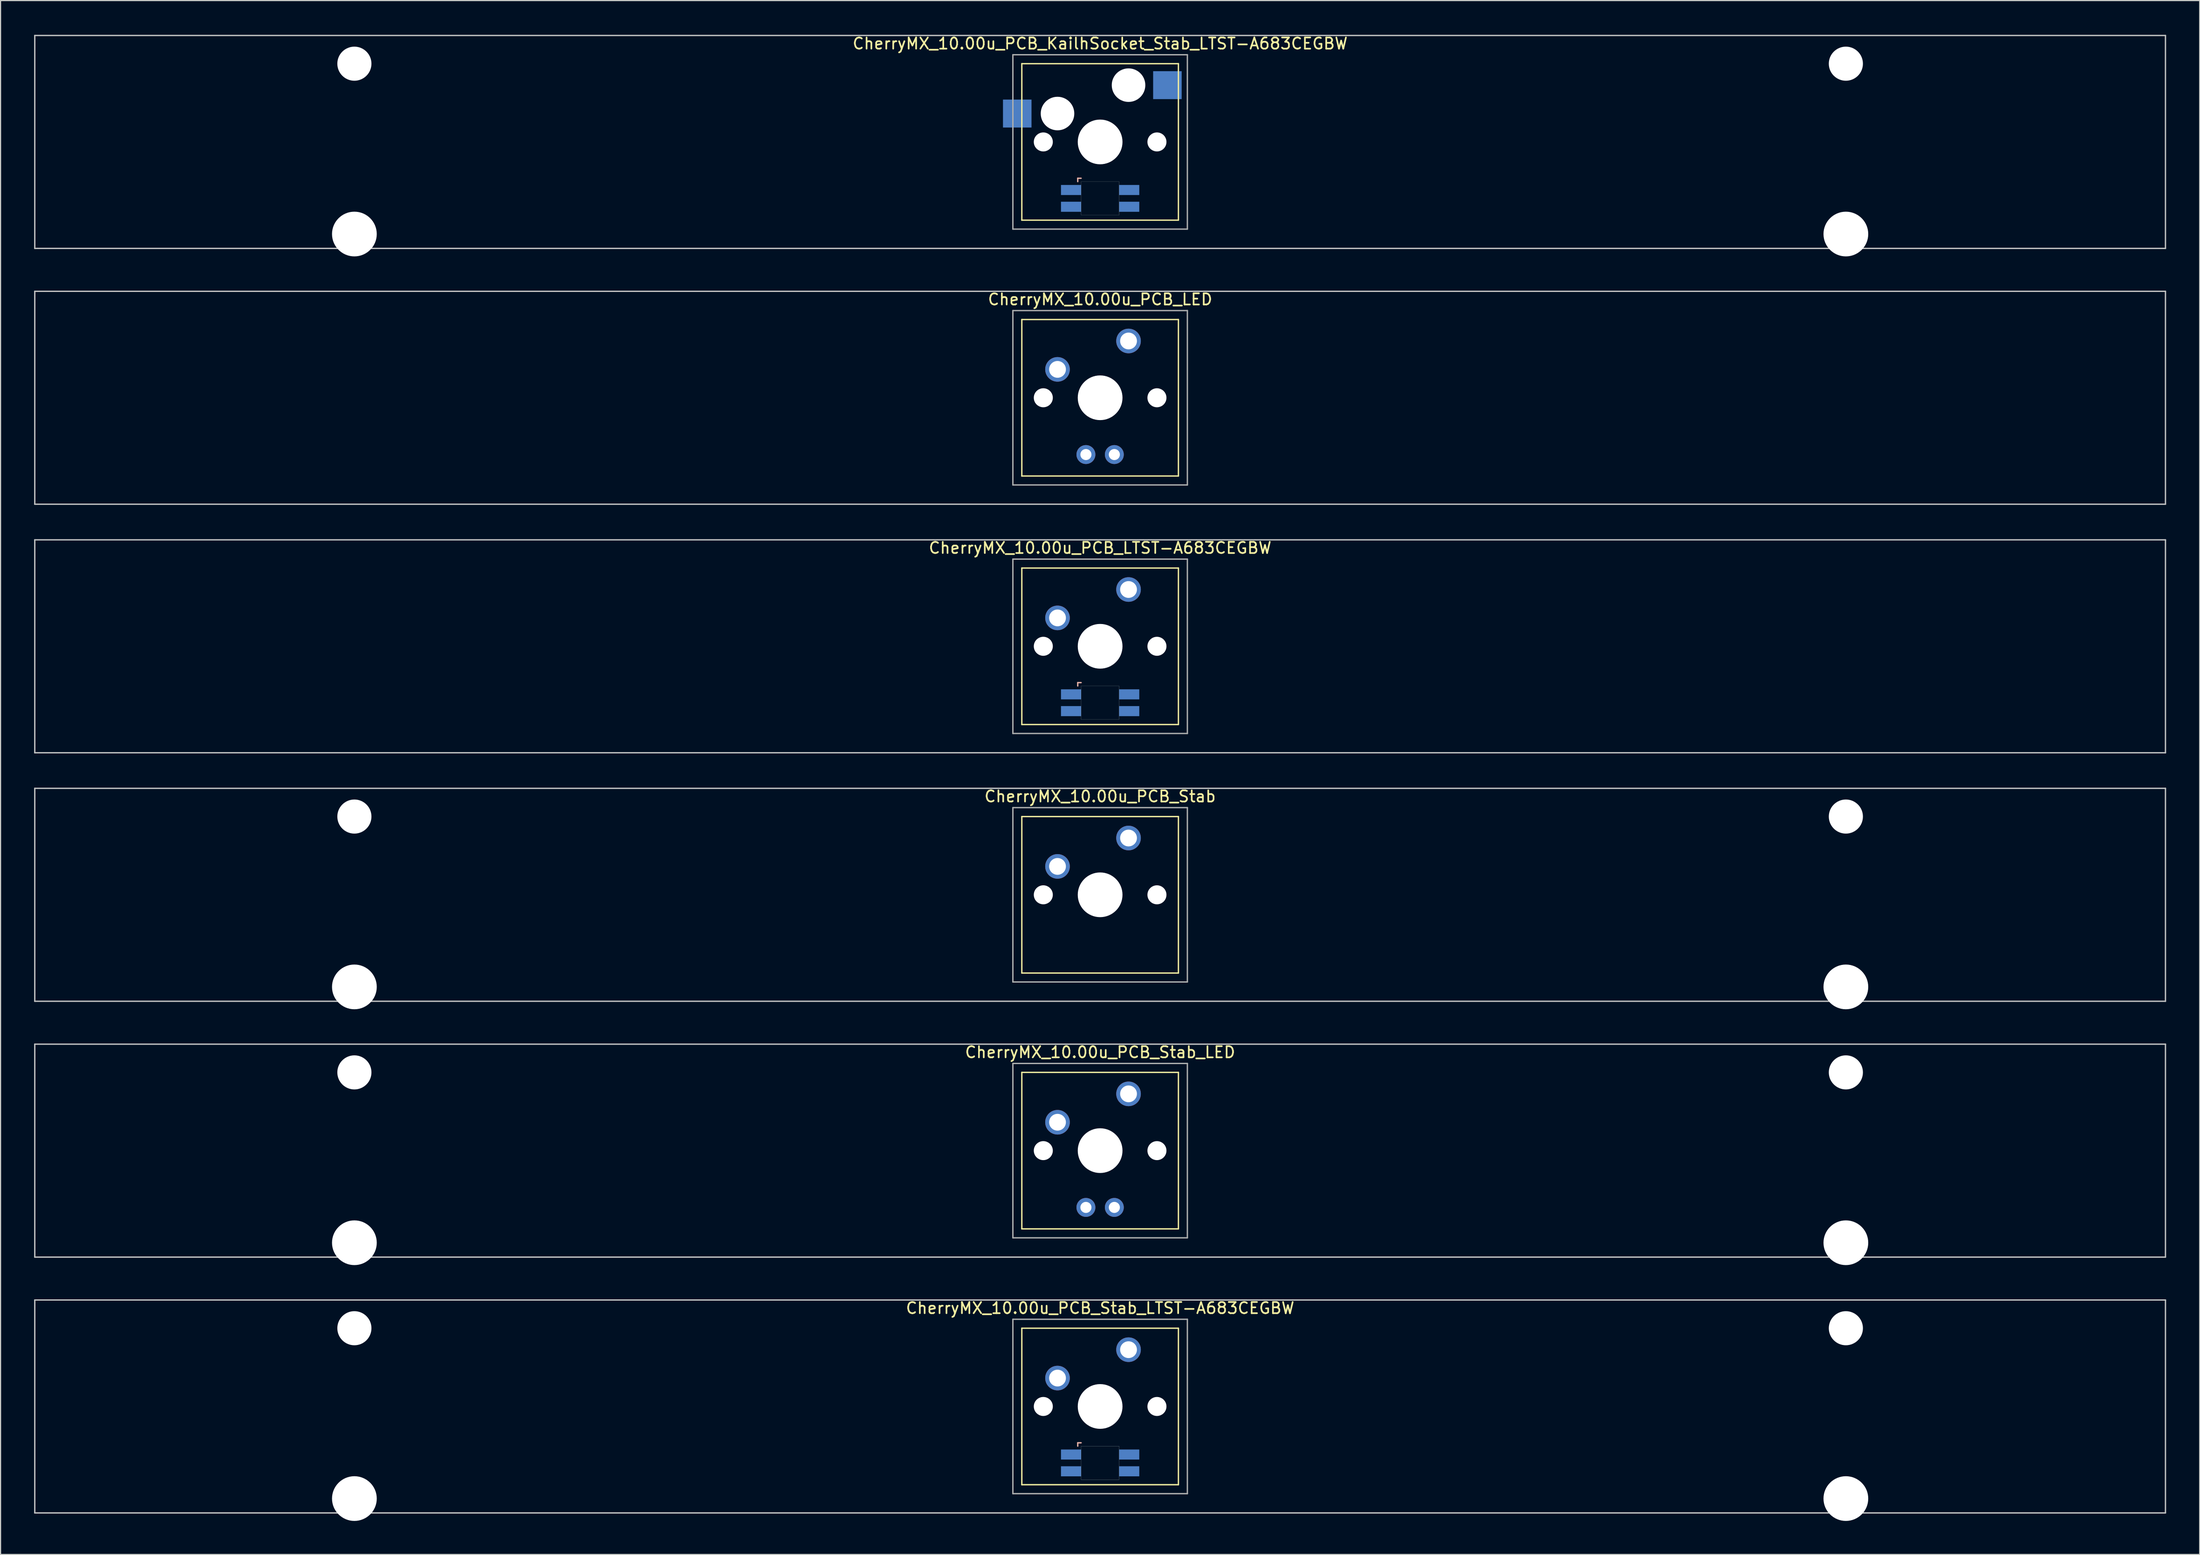
<source format=kicad_pcb>
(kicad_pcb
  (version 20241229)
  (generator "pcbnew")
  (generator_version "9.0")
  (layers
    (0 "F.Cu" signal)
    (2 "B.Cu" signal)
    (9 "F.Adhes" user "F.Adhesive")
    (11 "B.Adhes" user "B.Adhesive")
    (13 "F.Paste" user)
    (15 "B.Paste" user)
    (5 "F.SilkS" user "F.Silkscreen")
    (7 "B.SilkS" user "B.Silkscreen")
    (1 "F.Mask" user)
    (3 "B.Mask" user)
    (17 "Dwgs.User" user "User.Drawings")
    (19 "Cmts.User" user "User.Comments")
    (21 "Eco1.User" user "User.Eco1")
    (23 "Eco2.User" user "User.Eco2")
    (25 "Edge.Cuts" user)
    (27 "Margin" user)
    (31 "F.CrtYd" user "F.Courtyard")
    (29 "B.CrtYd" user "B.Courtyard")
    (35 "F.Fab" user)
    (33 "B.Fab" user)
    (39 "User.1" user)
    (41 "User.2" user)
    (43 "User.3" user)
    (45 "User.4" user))
  (footprint "CherryMX_10.00u_PCB_KailhSocket_Stab_LTST-A683CEGBW"
    (layer "F.Cu")
    (at 95.31 9.648)
    (property "Reference" "CherryMX_10.00u_PCB_KailhSocket_Stab_LTST-A683CEGBW" (at 0 -8.8 0) (layer "F.SilkS") (effects (font (size 1 1) (thickness 0.15))))
    (attr through_hole)
    (fp_line (start -7 -7) (end -7 7) (stroke (width 0.12) (type solid)) (layer "F.SilkS"))
    (fp_line (start -7 -7) (end 7 -7) (stroke (width 0.12) (type solid)) (layer "F.SilkS"))
    (fp_line (start 7 -7) (end 7 7) (stroke (width 0.12) (type solid)) (layer "F.SilkS"))
    (fp_line (start 7 7) (end -7 7) (stroke (width 0.12) (type solid)) (layer "F.SilkS"))
    (fp_line (start -2 3.25) (end -2 3.55) (stroke (width 0.12) (type solid)) (layer "B.SilkS"))
    (fp_line (start -1.7 3.25) (end -2 3.25) (stroke (width 0.12) (type solid)) (layer "B.SilkS"))
    (fp_line (start -95.25 -9.525) (end 95.25 -9.525) (stroke (width 0.12) (type solid)) (layer "Dwgs.User"))
    (fp_line (start -95.25 9.525) (end -95.25 -9.525) (stroke (width 0.12) (type solid)) (layer "Dwgs.User"))
    (fp_line (start 95.25 -9.525) (end 95.25 9.525) (stroke (width 0.12) (type solid)) (layer "Dwgs.User"))
    (fp_line (start 95.25 9.525) (end -95.25 9.525) (stroke (width 0.12) (type solid)) (layer "Dwgs.User"))
    (fp_poly (pts (xy 1.7 6.55) (xy -1.7 6.55) (xy -1.7 3.55) (xy 1.7 3.55)) (stroke (width 0.01) (type solid)) (fill no) (layer "Edge.Cuts"))
    (fp_line (start -7.8 -7.8) (end -7.8 7.8) (stroke (width 0.12) (type solid)) (layer "F.Fab"))
    (fp_line (start -7.8 -7.8) (end 7.8 -7.8) (stroke (width 0.12) (type solid)) (layer "F.Fab"))
    (fp_line (start -7.8 7.8) (end 7.8 7.8) (stroke (width 0.12) (type solid)) (layer "F.Fab"))
    (fp_line (start 7.8 -7.8) (end 7.8 7.8) (stroke (width 0.12) (type solid)) (layer "F.Fab"))
    (pad "" np_thru_hole circle (at -66.675 -7) (size 3.05 3.05) (drill 3.05) (layers "*.Cu" "*.Mask"))
    (pad "" np_thru_hole circle (at -66.675 8.24) (size 4 4) (drill 4) (layers "*.Cu" "*.Mask"))
    (pad "" np_thru_hole circle (at -5.08 0) (size 1.7 1.7) (drill 1.7) (layers "*.Cu" "*.Mask"))
    (pad "" np_thru_hole circle (at -3.81 -2.54) (size 3 3) (drill 3) (layers "*.Cu" "*.Mask"))
    (pad "" np_thru_hole circle (at 0 0) (size 4 4) (drill 4) (layers "*.Cu" "*.Mask"))
    (pad "" np_thru_hole circle (at 2.54 -5.08) (size 3 3) (drill 3) (layers "*.Cu" "*.Mask"))
    (pad "" np_thru_hole circle (at 5.08 0) (size 1.7 1.7) (drill 1.7) (layers "*.Cu" "*.Mask"))
    (pad "" np_thru_hole circle (at 66.675 -7) (size 3.05 3.05) (drill 3.05) (layers "*.Cu" "*.Mask"))
    (pad "" np_thru_hole circle (at 66.675 8.24) (size 4 4) (drill 4) (layers "*.Cu" "*.Mask"))
    (pad "1" smd rect (at -7.41 -2.54) (size 2.55 2.5) (layers "B.Cu" "B.Mask" "B.Paste"))
    (pad "2" smd rect (at 6.015 -5.08) (size 2.55 2.5) (layers "B.Cu" "B.Mask" "B.Paste"))
    (pad "3" smd rect (at -2.6 4.3) (size 1.8 0.9) (layers "B.Cu" "B.Mask" "B.Paste"))
    (pad "4" smd rect (at -2.6 5.8) (size 1.8 0.9) (layers "B.Cu" "B.Mask" "B.Paste"))
    (pad "5" smd rect (at 2.6 4.3) (size 1.8 0.9) (layers "B.Cu" "B.Mask" "B.Paste"))
    (pad "6" smd rect (at 2.6 5.8) (size 1.8 0.9) (layers "B.Cu" "B.Mask" "B.Paste")))
  (footprint "CherryMX_10.00u_PCB_LTST-A683CEGBW"
    (layer "F.Cu")
    (at 95.31 54.77)
    (property "Reference" "CherryMX_10.00u_PCB_LTST-A683CEGBW" (at 0 -8.8 0) (layer "F.SilkS") (effects (font (size 1 1) (thickness 0.15))))
    (attr through_hole)
    (fp_line (start -7 -7) (end -7 7) (stroke (width 0.12) (type solid)) (layer "F.SilkS"))
    (fp_line (start -7 -7) (end 7 -7) (stroke (width 0.12) (type solid)) (layer "F.SilkS"))
    (fp_line (start 7 -7) (end 7 7) (stroke (width 0.12) (type solid)) (layer "F.SilkS"))
    (fp_line (start 7 7) (end -7 7) (stroke (width 0.12) (type solid)) (layer "F.SilkS"))
    (fp_line (start -2 3.25) (end -2 3.55) (stroke (width 0.12) (type solid)) (layer "B.SilkS"))
    (fp_line (start -1.7 3.25) (end -2 3.25) (stroke (width 0.12) (type solid)) (layer "B.SilkS"))
    (fp_line (start -95.25 -9.525) (end 95.25 -9.525) (stroke (width 0.12) (type solid)) (layer "Dwgs.User"))
    (fp_line (start -95.25 9.525) (end -95.25 -9.525) (stroke (width 0.12) (type solid)) (layer "Dwgs.User"))
    (fp_line (start 95.25 -9.525) (end 95.25 9.525) (stroke (width 0.12) (type solid)) (layer "Dwgs.User"))
    (fp_line (start 95.25 9.525) (end -95.25 9.525) (stroke (width 0.12) (type solid)) (layer "Dwgs.User"))
    (fp_poly (pts (xy 1.7 6.55) (xy -1.7 6.55) (xy -1.7 3.55) (xy 1.7 3.55)) (stroke (width 0.01) (type solid)) (fill no) (layer "Edge.Cuts"))
    (fp_line (start -7.8 -7.8) (end -7.8 7.8) (stroke (width 0.12) (type solid)) (layer "F.Fab"))
    (fp_line (start -7.8 -7.8) (end 7.8 -7.8) (stroke (width 0.12) (type solid)) (layer "F.Fab"))
    (fp_line (start -7.8 7.8) (end 7.8 7.8) (stroke (width 0.12) (type solid)) (layer "F.Fab"))
    (fp_line (start 7.8 -7.8) (end 7.8 7.8) (stroke (width 0.12) (type solid)) (layer "F.Fab"))
    (pad "" np_thru_hole circle (at -5.08 0) (size 1.7 1.7) (drill 1.7) (layers "*.Cu" "*.Mask"))
    (pad "" np_thru_hole circle (at 0 0) (size 4 4) (drill 4) (layers "*.Cu" "*.Mask"))
    (pad "" np_thru_hole circle (at 5.08 0) (size 1.7 1.7) (drill 1.7) (layers "*.Cu" "*.Mask"))
    (pad "1" thru_hole circle (at -3.81 -2.54) (size 2.2 2.2) (drill 1.5) (layers "*.Cu" "*.Mask"))
    (pad "2" thru_hole circle (at 2.54 -5.08) (size 2.2 2.2) (drill 1.5) (layers "*.Cu" "*.Mask"))
    (pad "3" smd rect (at -2.6 4.3) (size 1.8 0.9) (layers "B.Cu" "B.Mask" "B.Paste"))
    (pad "4" smd rect (at -2.6 5.8) (size 1.8 0.9) (layers "B.Cu" "B.Mask" "B.Paste"))
    (pad "5" smd rect (at 2.6 4.3) (size 1.8 0.9) (layers "B.Cu" "B.Mask" "B.Paste"))
    (pad "6" smd rect (at 2.6 5.8) (size 1.8 0.9) (layers "B.Cu" "B.Mask" "B.Paste")))
  (footprint "CherryMX_10.00u_PCB_LED"
    (layer "F.Cu")
    (at 95.31 32.536)
    (property "Reference" "CherryMX_10.00u_PCB_LED" (at 0 -8.8 0) (layer "F.SilkS") (effects (font (size 1 1) (thickness 0.15))))
    (attr through_hole)
    (fp_line (start -7 -7) (end -7 7) (stroke (width 0.12) (type solid)) (layer "F.SilkS"))
    (fp_line (start -7 -7) (end 7 -7) (stroke (width 0.12) (type solid)) (layer "F.SilkS"))
    (fp_line (start 7 -7) (end 7 7) (stroke (width 0.12) (type solid)) (layer "F.SilkS"))
    (fp_line (start 7 7) (end -7 7) (stroke (width 0.12) (type solid)) (layer "F.SilkS"))
    (fp_line (start -95.25 -9.525) (end 95.25 -9.525) (stroke (width 0.12) (type solid)) (layer "Dwgs.User"))
    (fp_line (start -95.25 9.525) (end -95.25 -9.525) (stroke (width 0.12) (type solid)) (layer "Dwgs.User"))
    (fp_line (start 95.25 -9.525) (end 95.25 9.525) (stroke (width 0.12) (type solid)) (layer "Dwgs.User"))
    (fp_line (start 95.25 9.525) (end -95.25 9.525) (stroke (width 0.12) (type solid)) (layer "Dwgs.User"))
    (fp_line (start -7.8 -7.8) (end -7.8 7.8) (stroke (width 0.12) (type solid)) (layer "F.Fab"))
    (fp_line (start -7.8 -7.8) (end 7.8 -7.8) (stroke (width 0.12) (type solid)) (layer "F.Fab"))
    (fp_line (start -7.8 7.8) (end 7.8 7.8) (stroke (width 0.12) (type solid)) (layer "F.Fab"))
    (fp_line (start 7.8 -7.8) (end 7.8 7.8) (stroke (width 0.12) (type solid)) (layer "F.Fab"))
    (pad "" np_thru_hole circle (at -5.08 0) (size 1.7 1.7) (drill 1.7) (layers "*.Cu" "*.Mask"))
    (pad "" np_thru_hole circle (at 0 0) (size 4 4) (drill 4) (layers "*.Cu" "*.Mask"))
    (pad "" np_thru_hole circle (at 5.08 0) (size 1.7 1.7) (drill 1.7) (layers "*.Cu" "*.Mask"))
    (pad "1" thru_hole circle (at -3.81 -2.54) (size 2.2 2.2) (drill 1.5) (layers "*.Cu" "*.Mask"))
    (pad "2" thru_hole circle (at 2.54 -5.08) (size 2.2 2.2) (drill 1.5) (layers "*.Cu" "*.Mask"))
    (pad "3" thru_hole circle (at -1.27 5.08) (size 1.691 1.691) (drill 0.991) (layers "*.Cu" "*.Mask"))
    (pad "4" thru_hole circle (at 1.27 5.08) (size 1.691 1.691) (drill 0.991) (layers "*.Cu" "*.Mask")))
  (footprint "CherryMX_10.00u_PCB_Stab_LTST-A683CEGBW"
    (layer "F.Cu")
    (at 95.31 122.779)
    (property "Reference" "CherryMX_10.00u_PCB_Stab_LTST-A683CEGBW" (at 0 -8.8 0) (layer "F.SilkS") (effects (font (size 1 1) (thickness 0.15))))
    (attr through_hole)
    (fp_line (start -7 -7) (end -7 7) (stroke (width 0.12) (type solid)) (layer "F.SilkS"))
    (fp_line (start -7 -7) (end 7 -7) (stroke (width 0.12) (type solid)) (layer "F.SilkS"))
    (fp_line (start 7 -7) (end 7 7) (stroke (width 0.12) (type solid)) (layer "F.SilkS"))
    (fp_line (start 7 7) (end -7 7) (stroke (width 0.12) (type solid)) (layer "F.SilkS"))
    (fp_line (start -2 3.25) (end -2 3.55) (stroke (width 0.12) (type solid)) (layer "B.SilkS"))
    (fp_line (start -1.7 3.25) (end -2 3.25) (stroke (width 0.12) (type solid)) (layer "B.SilkS"))
    (fp_line (start -95.25 -9.525) (end 95.25 -9.525) (stroke (width 0.12) (type solid)) (layer "Dwgs.User"))
    (fp_line (start -95.25 9.525) (end -95.25 -9.525) (stroke (width 0.12) (type solid)) (layer "Dwgs.User"))
    (fp_line (start 95.25 -9.525) (end 95.25 9.525) (stroke (width 0.12) (type solid)) (layer "Dwgs.User"))
    (fp_line (start 95.25 9.525) (end -95.25 9.525) (stroke (width 0.12) (type solid)) (layer "Dwgs.User"))
    (fp_poly (pts (xy 1.7 6.55) (xy -1.7 6.55) (xy -1.7 3.55) (xy 1.7 3.55)) (stroke (width 0.01) (type solid)) (fill no) (layer "Edge.Cuts"))
    (fp_line (start -7.8 -7.8) (end -7.8 7.8) (stroke (width 0.12) (type solid)) (layer "F.Fab"))
    (fp_line (start -7.8 -7.8) (end 7.8 -7.8) (stroke (width 0.12) (type solid)) (layer "F.Fab"))
    (fp_line (start -7.8 7.8) (end 7.8 7.8) (stroke (width 0.12) (type solid)) (layer "F.Fab"))
    (fp_line (start 7.8 -7.8) (end 7.8 7.8) (stroke (width 0.12) (type solid)) (layer "F.Fab"))
    (pad "" np_thru_hole circle (at -66.675 -7) (size 3.05 3.05) (drill 3.05) (layers "*.Cu" "*.Mask"))
    (pad "" np_thru_hole circle (at -66.675 8.24) (size 4 4) (drill 4) (layers "*.Cu" "*.Mask"))
    (pad "" np_thru_hole circle (at -5.08 0) (size 1.7 1.7) (drill 1.7) (layers "*.Cu" "*.Mask"))
    (pad "" np_thru_hole circle (at 0 0) (size 4 4) (drill 4) (layers "*.Cu" "*.Mask"))
    (pad "" np_thru_hole circle (at 5.08 0) (size 1.7 1.7) (drill 1.7) (layers "*.Cu" "*.Mask"))
    (pad "" np_thru_hole circle (at 66.675 -7) (size 3.05 3.05) (drill 3.05) (layers "*.Cu" "*.Mask"))
    (pad "" np_thru_hole circle (at 66.675 8.24) (size 4 4) (drill 4) (layers "*.Cu" "*.Mask"))
    (pad "1" thru_hole circle (at -3.81 -2.54) (size 2.2 2.2) (drill 1.5) (layers "*.Cu" "*.Mask"))
    (pad "2" thru_hole circle (at 2.54 -5.08) (size 2.2 2.2) (drill 1.5) (layers "*.Cu" "*.Mask"))
    (pad "3" smd rect (at -2.6 4.3) (size 1.8 0.9) (layers "B.Cu" "B.Mask" "B.Paste"))
    (pad "4" smd rect (at -2.6 5.8) (size 1.8 0.9) (layers "B.Cu" "B.Mask" "B.Paste"))
    (pad "5" smd rect (at 2.6 4.3) (size 1.8 0.9) (layers "B.Cu" "B.Mask" "B.Paste"))
    (pad "6" smd rect (at 2.6 5.8) (size 1.8 0.9) (layers "B.Cu" "B.Mask" "B.Paste")))
  (footprint "CherryMX_10.00u_PCB_Stab"
    (layer "F.Cu")
    (at 95.31 77.003)
    (property "Reference" "CherryMX_10.00u_PCB_Stab" (at 0 -8.8 0) (layer "F.SilkS") (effects (font (size 1 1) (thickness 0.15))))
    (attr through_hole)
    (fp_line (start -7 -7) (end -7 7) (stroke (width 0.12) (type solid)) (layer "F.SilkS"))
    (fp_line (start -7 -7) (end 7 -7) (stroke (width 0.12) (type solid)) (layer "F.SilkS"))
    (fp_line (start 7 -7) (end 7 7) (stroke (width 0.12) (type solid)) (layer "F.SilkS"))
    (fp_line (start 7 7) (end -7 7) (stroke (width 0.12) (type solid)) (layer "F.SilkS"))
    (fp_line (start -95.25 -9.525) (end 95.25 -9.525) (stroke (width 0.12) (type solid)) (layer "Dwgs.User"))
    (fp_line (start -95.25 9.525) (end -95.25 -9.525) (stroke (width 0.12) (type solid)) (layer "Dwgs.User"))
    (fp_line (start 95.25 -9.525) (end 95.25 9.525) (stroke (width 0.12) (type solid)) (layer "Dwgs.User"))
    (fp_line (start 95.25 9.525) (end -95.25 9.525) (stroke (width 0.12) (type solid)) (layer "Dwgs.User"))
    (fp_line (start -7.8 -7.8) (end -7.8 7.8) (stroke (width 0.12) (type solid)) (layer "F.Fab"))
    (fp_line (start -7.8 -7.8) (end 7.8 -7.8) (stroke (width 0.12) (type solid)) (layer "F.Fab"))
    (fp_line (start -7.8 7.8) (end 7.8 7.8) (stroke (width 0.12) (type solid)) (layer "F.Fab"))
    (fp_line (start 7.8 -7.8) (end 7.8 7.8) (stroke (width 0.12) (type solid)) (layer "F.Fab"))
    (pad "" np_thru_hole circle (at -66.675 -7) (size 3.05 3.05) (drill 3.05) (layers "*.Cu" "*.Mask"))
    (pad "" np_thru_hole circle (at -66.675 8.24) (size 4 4) (drill 4) (layers "*.Cu" "*.Mask"))
    (pad "" np_thru_hole circle (at -5.08 0) (size 1.7 1.7) (drill 1.7) (layers "*.Cu" "*.Mask"))
    (pad "" np_thru_hole circle (at 0 0) (size 4 4) (drill 4) (layers "*.Cu" "*.Mask"))
    (pad "" np_thru_hole circle (at 5.08 0) (size 1.7 1.7) (drill 1.7) (layers "*.Cu" "*.Mask"))
    (pad "" np_thru_hole circle (at 66.675 -7) (size 3.05 3.05) (drill 3.05) (layers "*.Cu" "*.Mask"))
    (pad "" np_thru_hole circle (at 66.675 8.24) (size 4 4) (drill 4) (layers "*.Cu" "*.Mask"))
    (pad "1" thru_hole circle (at -3.81 -2.54) (size 2.2 2.2) (drill 1.5) (layers "*.Cu" "*.Mask"))
    (pad "2" thru_hole circle (at 2.54 -5.08) (size 2.2 2.2) (drill 1.5) (layers "*.Cu" "*.Mask")))
  (footprint "CherryMX_10.00u_PCB_Stab_LED"
    (layer "F.Cu")
    (at 95.31 99.891)
    (property "Reference" "CherryMX_10.00u_PCB_Stab_LED" (at 0 -8.8 0) (layer "F.SilkS") (effects (font (size 1 1) (thickness 0.15))))
    (attr through_hole)
    (fp_line (start -7 -7) (end -7 7) (stroke (width 0.12) (type solid)) (layer "F.SilkS"))
    (fp_line (start -7 -7) (end 7 -7) (stroke (width 0.12) (type solid)) (layer "F.SilkS"))
    (fp_line (start 7 -7) (end 7 7) (stroke (width 0.12) (type solid)) (layer "F.SilkS"))
    (fp_line (start 7 7) (end -7 7) (stroke (width 0.12) (type solid)) (layer "F.SilkS"))
    (fp_line (start -95.25 -9.525) (end 95.25 -9.525) (stroke (width 0.12) (type solid)) (layer "Dwgs.User"))
    (fp_line (start -95.25 9.525) (end -95.25 -9.525) (stroke (width 0.12) (type solid)) (layer "Dwgs.User"))
    (fp_line (start 95.25 -9.525) (end 95.25 9.525) (stroke (width 0.12) (type solid)) (layer "Dwgs.User"))
    (fp_line (start 95.25 9.525) (end -95.25 9.525) (stroke (width 0.12) (type solid)) (layer "Dwgs.User"))
    (fp_line (start -7.8 -7.8) (end -7.8 7.8) (stroke (width 0.12) (type solid)) (layer "F.Fab"))
    (fp_line (start -7.8 -7.8) (end 7.8 -7.8) (stroke (width 0.12) (type solid)) (layer "F.Fab"))
    (fp_line (start -7.8 7.8) (end 7.8 7.8) (stroke (width 0.12) (type solid)) (layer "F.Fab"))
    (fp_line (start 7.8 -7.8) (end 7.8 7.8) (stroke (width 0.12) (type solid)) (layer "F.Fab"))
    (pad "" np_thru_hole circle (at -66.675 -7) (size 3.05 3.05) (drill 3.05) (layers "*.Cu" "*.Mask"))
    (pad "" np_thru_hole circle (at -66.675 8.24) (size 4 4) (drill 4) (layers "*.Cu" "*.Mask"))
    (pad "" np_thru_hole circle (at -5.08 0) (size 1.7 1.7) (drill 1.7) (layers "*.Cu" "*.Mask"))
    (pad "" np_thru_hole circle (at 0 0) (size 4 4) (drill 4) (layers "*.Cu" "*.Mask"))
    (pad "" np_thru_hole circle (at 5.08 0) (size 1.7 1.7) (drill 1.7) (layers "*.Cu" "*.Mask"))
    (pad "" np_thru_hole circle (at 66.675 -7) (size 3.05 3.05) (drill 3.05) (layers "*.Cu" "*.Mask"))
    (pad "" np_thru_hole circle (at 66.675 8.24) (size 4 4) (drill 4) (layers "*.Cu" "*.Mask"))
    (pad "1" thru_hole circle (at -3.81 -2.54) (size 2.2 2.2) (drill 1.5) (layers "*.Cu" "*.Mask"))
    (pad "2" thru_hole circle (at 2.54 -5.08) (size 2.2 2.2) (drill 1.5) (layers "*.Cu" "*.Mask"))
    (pad "3" thru_hole circle (at -1.27 5.08) (size 1.691 1.691) (drill 0.991) (layers "*.Cu" "*.Mask"))
    (pad "4" thru_hole circle (at 1.27 5.08) (size 1.691 1.691) (drill 0.991) (layers "*.Cu" "*.Mask")))
  (gr_rect
    (start -3 -3)
    (end 193.62 136.019)
    (stroke (width 0.1) (type default))
    (fill no)
    (layer "Edge.Cuts")))
</source>
